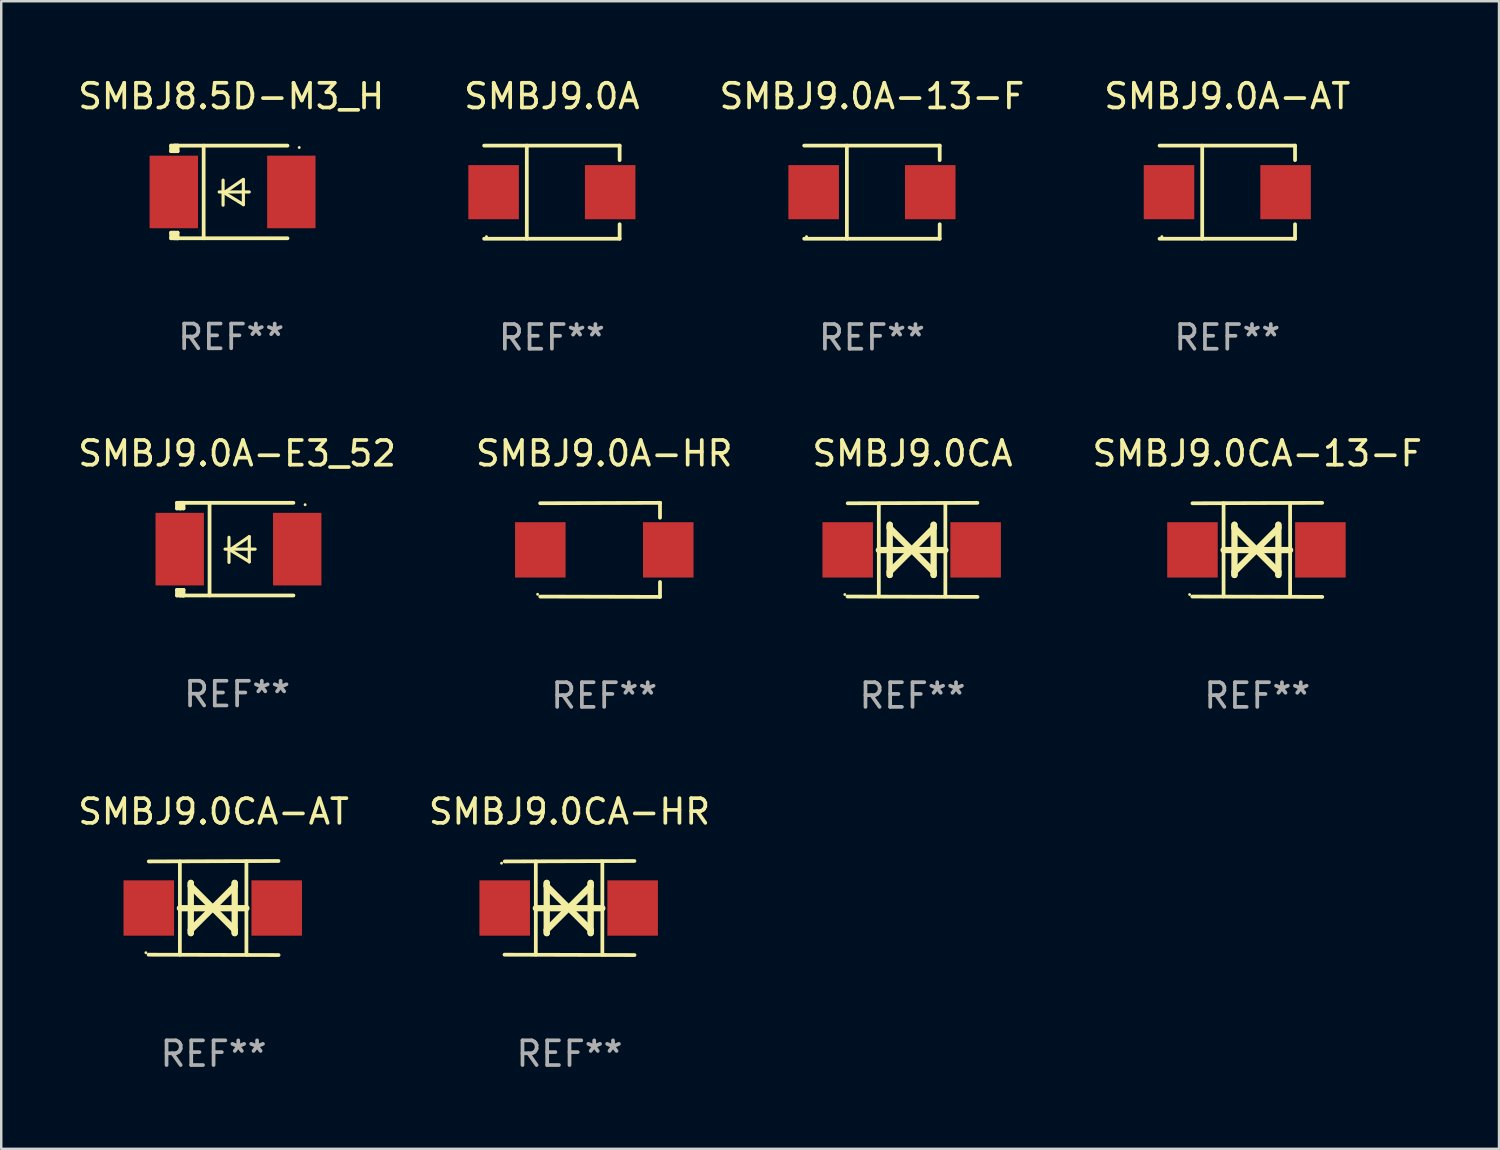
<source format=kicad_pcb>
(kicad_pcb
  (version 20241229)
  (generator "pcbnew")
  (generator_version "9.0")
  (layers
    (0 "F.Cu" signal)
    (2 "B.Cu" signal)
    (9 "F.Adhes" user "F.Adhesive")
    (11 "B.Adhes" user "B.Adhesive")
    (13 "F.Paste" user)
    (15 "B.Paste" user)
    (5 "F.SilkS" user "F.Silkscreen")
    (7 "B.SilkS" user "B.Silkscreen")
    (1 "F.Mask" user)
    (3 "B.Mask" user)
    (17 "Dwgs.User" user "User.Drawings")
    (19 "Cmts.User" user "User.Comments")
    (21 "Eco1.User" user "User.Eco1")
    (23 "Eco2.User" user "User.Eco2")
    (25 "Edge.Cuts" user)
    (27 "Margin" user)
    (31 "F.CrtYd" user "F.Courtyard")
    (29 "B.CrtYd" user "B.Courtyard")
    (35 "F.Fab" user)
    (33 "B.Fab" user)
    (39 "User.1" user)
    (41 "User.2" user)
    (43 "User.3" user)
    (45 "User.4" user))
  (footprint "SMBJ8.5D-M3_H"
    (layer "F.Cu")
    (at 6.315 4.725)
    (property "Reference" "SMBJ8.5D-M3_H" (at 0 -3.876 0) (layer "F.SilkS") (effects (font (size 1 1) (thickness 0.15))))
    (attr through_hole)
    (fp_line (start -2.435 1.65) (end -2.171 1.65) (stroke (width 0.152) (type solid)) (layer "F.SilkS"))
    (fp_line (start -2.435 1.876) (end -2.435 1.65) (stroke (width 0.152) (type solid)) (layer "F.SilkS"))
    (fp_line (start -2.435 -1.876) (end -2.171 -1.876) (stroke (width 0.152) (type solid)) (layer "F.SilkS"))
    (fp_line (start -2.435 -1.65) (end -2.435 -1.876) (stroke (width 0.152) (type solid)) (layer "F.SilkS"))
    (fp_line (start -2.305 -1.866) (end -2.295 -1.876) (stroke (width 0.152) (type solid)) (layer "F.SilkS"))
    (fp_line (start -2.305 -1.65) (end -2.305 -1.866) (stroke (width 0.152) (type solid)) (layer "F.SilkS"))
    (fp_line (start -2.305 1.876) (end -2.305 1.65) (stroke (width 0.152) (type solid)) (layer "F.SilkS"))
    (fp_line (start -2.295 -1.876) (end -2.295 -1.65) (stroke (width 0.152) (type solid)) (layer "F.SilkS"))
    (fp_line (start -2.171 1.876) (end -2.435 1.876) (stroke (width 0.152) (type solid)) (layer "F.SilkS"))
    (fp_line (start -2.171 -1.65) (end -2.435 -1.65) (stroke (width 0.152) (type solid)) (layer "F.SilkS"))
    (fp_line (start -2.171 -1.876) (end -2.295 -1.876) (stroke (width 0.152) (type solid)) (layer "F.SilkS"))
    (fp_line (start -2.171 -1.65) (end -2.171 -1.876) (stroke (width 0.152) (type solid)) (layer "F.SilkS"))
    (fp_line (start -2.171 1.876) (end -2.305 1.876) (stroke (width 0.152) (type solid)) (layer "F.SilkS"))
    (fp_line (start -2.171 1.876) (end -2.171 1.65) (stroke (width 0.152) (type solid)) (layer "F.SilkS"))
    (fp_line (start -1.116 1.876) (end -1.116 -1.876) (stroke (width 0.152) (type solid)) (layer "F.SilkS"))
    (fp_line (start -0.488 0.000102) (end 0.731 0.000102) (stroke (width 0.127) (type solid)) (layer "F.SilkS"))
    (fp_line (start -0.329 -0.48) (end -0.329 0.536) (stroke (width 0.127) (type solid)) (layer "F.SilkS"))
    (fp_line (start -0.29 0.03) (end 0.493 0.51) (stroke (width 0.127) (type solid)) (layer "F.SilkS"))
    (fp_line (start 0.493 -0.51) (end -0.29 0.03) (stroke (width 0.127) (type solid)) (layer "F.SilkS"))
    (fp_line (start 0.493 0.52) (end 0.493 -0.496) (stroke (width 0.127) (type solid)) (layer "F.SilkS"))
    (fp_line (start 2.281 -1.876) (end -2.171 -1.876) (stroke (width 0.152) (type solid)) (layer "F.SilkS"))
    (fp_line (start 2.281 1.876) (end -2.171 1.876) (stroke (width 0.152) (type solid)) (layer "F.SilkS"))
    (fp_circle (center 2.755 -1.8) (end 2.785 -1.8) (stroke (width 0.06) (type solid)) (fill no) (layer "F.SilkS"))
    (fp_text user "REF**" (at 0 5.876 0) (layer "F.Fab") (effects (font (size 1 1) (thickness 0.15))))
    (pad "1" smd rect (at 2.435 -0.000025 180) (size 1.96 2.94) (layers "F.Cu" "F.Mask" "F.Paste"))
    (pad "2" smd rect (at -2.325 -0.000025 180) (size 1.96 2.94) (layers "F.Cu" "F.Mask" "F.Paste")))
  (footprint "SMBJ9.0CA-HR"
    (layer "F.Cu")
    (at 20.018 33.729)
    (property "Reference" "SMBJ9.0CA-HR" (at 0 -3.905 0) (layer "F.SilkS") (effects (font (size 1 1) (thickness 0.15))))
    (attr through_hole)
    (fp_line (start -1.365 1.886) (end -1.365 -1.886) (stroke (width 0.152) (type solid)) (layer "F.SilkS"))
    (fp_line (start -1.365 0.008) (end 1.33 0.008) (stroke (width 0.254) (type solid)) (layer "F.SilkS"))
    (fp_line (start -0.923 -1.016) (end -0.923 1.016) (stroke (width 0.254) (type solid)) (layer "F.SilkS"))
    (fp_line (start -0.923 -0.889) (end -0.923 -1.016) (stroke (width 0.254) (type solid)) (layer "F.SilkS"))
    (fp_line (start -0.923 0.889) (end -0.034 0) (stroke (width 0.254) (type solid)) (layer "F.SilkS"))
    (fp_line (start -0.923 1.016) (end -0.923 0.889) (stroke (width 0.254) (type solid)) (layer "F.SilkS"))
    (fp_line (start -0.034 0) (end -0.923 -0.889) (stroke (width 0.254) (type solid)) (layer "F.SilkS"))
    (fp_line (start -0.034 0) (end 0.855 0.889) (stroke (width 0.254) (type solid)) (layer "F.SilkS"))
    (fp_line (start 0.855 -1.016) (end 0.855 -0.889) (stroke (width 0.254) (type solid)) (layer "F.SilkS"))
    (fp_line (start 0.855 -0.889) (end -0.034 0) (stroke (width 0.254) (type solid)) (layer "F.SilkS"))
    (fp_line (start 0.855 0.889) (end 0.855 1.016) (stroke (width 0.254) (type solid)) (layer "F.SilkS"))
    (fp_line (start 0.855 1.016) (end 0.855 -1.016) (stroke (width 0.254) (type solid)) (layer "F.SilkS"))
    (fp_line (start 1.33 1.886) (end 1.33 -1.886) (stroke (width 0.152) (type solid)) (layer "F.SilkS"))
    (fp_line (start 2.629 -1.905) (end -2.625 -1.887) (stroke (width 0.152) (type solid)) (layer "F.SilkS"))
    (fp_line (start 2.633 1.905) (end -2.633 1.89) (stroke (width 0.152) (type solid)) (layer "F.SilkS"))
    (fp_circle (center -2.753 -1.816) (end -2.723 -1.816) (stroke (width 0.06) (type solid)) (fill no) (layer "F.SilkS"))
    (fp_text user "REF**" (at 0 5.905 0) (layer "F.Fab") (effects (font (size 1 1) (thickness 0.15))))
    (pad "1" smd rect (at -2.625 0) (size 2.047 2.241) (layers "F.Cu" "F.Mask" "F.Paste"))
    (pad "2" smd rect (at 2.557 0) (size 2.047 2.241) (layers "F.Cu" "F.Mask" "F.Paste")))
  (footprint "SMBJ9.0A-E3_52"
    (layer "F.Cu")
    (at 6.554 19.193)
    (property "Reference" "SMBJ9.0A-E3_52" (at 0 -3.876 0) (layer "F.SilkS") (effects (font (size 1 1) (thickness 0.15))))
    (attr through_hole)
    (fp_line (start -2.435 1.65) (end -2.171 1.65) (stroke (width 0.152) (type solid)) (layer "F.SilkS"))
    (fp_line (start -2.435 1.876) (end -2.435 1.65) (stroke (width 0.152) (type solid)) (layer "F.SilkS"))
    (fp_line (start -2.435 -1.876) (end -2.171 -1.876) (stroke (width 0.152) (type solid)) (layer "F.SilkS"))
    (fp_line (start -2.435 -1.65) (end -2.435 -1.876) (stroke (width 0.152) (type solid)) (layer "F.SilkS"))
    (fp_line (start -2.305 -1.866) (end -2.295 -1.876) (stroke (width 0.152) (type solid)) (layer "F.SilkS"))
    (fp_line (start -2.305 -1.65) (end -2.305 -1.866) (stroke (width 0.152) (type solid)) (layer "F.SilkS"))
    (fp_line (start -2.305 1.876) (end -2.305 1.65) (stroke (width 0.152) (type solid)) (layer "F.SilkS"))
    (fp_line (start -2.295 -1.876) (end -2.295 -1.65) (stroke (width 0.152) (type solid)) (layer "F.SilkS"))
    (fp_line (start -2.171 1.876) (end -2.435 1.876) (stroke (width 0.152) (type solid)) (layer "F.SilkS"))
    (fp_line (start -2.171 -1.65) (end -2.435 -1.65) (stroke (width 0.152) (type solid)) (layer "F.SilkS"))
    (fp_line (start -2.171 -1.876) (end -2.295 -1.876) (stroke (width 0.152) (type solid)) (layer "F.SilkS"))
    (fp_line (start -2.171 -1.65) (end -2.171 -1.876) (stroke (width 0.152) (type solid)) (layer "F.SilkS"))
    (fp_line (start -2.171 1.876) (end -2.305 1.876) (stroke (width 0.152) (type solid)) (layer "F.SilkS"))
    (fp_line (start -2.171 1.876) (end -2.171 1.65) (stroke (width 0.152) (type solid)) (layer "F.SilkS"))
    (fp_line (start -1.116 1.876) (end -1.116 -1.876) (stroke (width 0.152) (type solid)) (layer "F.SilkS"))
    (fp_line (start -0.488 0.000102) (end 0.731 0.000102) (stroke (width 0.127) (type solid)) (layer "F.SilkS"))
    (fp_line (start -0.329 -0.48) (end -0.329 0.536) (stroke (width 0.127) (type solid)) (layer "F.SilkS"))
    (fp_line (start -0.29 0.03) (end 0.493 0.51) (stroke (width 0.127) (type solid)) (layer "F.SilkS"))
    (fp_line (start 0.493 -0.51) (end -0.29 0.03) (stroke (width 0.127) (type solid)) (layer "F.SilkS"))
    (fp_line (start 0.493 0.52) (end 0.493 -0.496) (stroke (width 0.127) (type solid)) (layer "F.SilkS"))
    (fp_line (start 2.281 -1.876) (end -2.171 -1.876) (stroke (width 0.152) (type solid)) (layer "F.SilkS"))
    (fp_line (start 2.281 1.876) (end -2.171 1.876) (stroke (width 0.152) (type solid)) (layer "F.SilkS"))
    (fp_circle (center 2.755 -1.8) (end 2.785 -1.8) (stroke (width 0.06) (type solid)) (fill no) (layer "F.SilkS"))
    (fp_text user "REF**" (at 0 5.876 0) (layer "F.Fab") (effects (font (size 1 1) (thickness 0.15))))
    (pad "1" smd rect (at 2.435 -0.000025 180) (size 1.96 2.94) (layers "F.Cu" "F.Mask" "F.Paste"))
    (pad "2" smd rect (at -2.325 -0.000025 180) (size 1.96 2.94) (layers "F.Cu" "F.Mask" "F.Paste")))
  (footprint "SMBJ9.0CA-13-F"
    (layer "F.Cu")
    (at 47.875 19.222)
    (property "Reference" "SMBJ9.0CA-13-F" (at 0 -3.905 0) (layer "F.SilkS") (effects (font (size 1 1) (thickness 0.15))))
    (attr through_hole)
    (fp_line (start -1.365 1.886) (end -1.365 -1.886) (stroke (width 0.152) (type solid)) (layer "F.SilkS"))
    (fp_line (start -1.365 0.008) (end 1.33 0.008) (stroke (width 0.254) (type solid)) (layer "F.SilkS"))
    (fp_line (start -0.923 -1.016) (end -0.923 1.016) (stroke (width 0.254) (type solid)) (layer "F.SilkS"))
    (fp_line (start -0.923 -0.889) (end -0.923 -1.016) (stroke (width 0.254) (type solid)) (layer "F.SilkS"))
    (fp_line (start -0.923 0.889) (end -0.034 0) (stroke (width 0.254) (type solid)) (layer "F.SilkS"))
    (fp_line (start -0.923 1.016) (end -0.923 0.889) (stroke (width 0.254) (type solid)) (layer "F.SilkS"))
    (fp_line (start -0.034 0) (end -0.923 -0.889) (stroke (width 0.254) (type solid)) (layer "F.SilkS"))
    (fp_line (start -0.034 0) (end 0.855 0.889) (stroke (width 0.254) (type solid)) (layer "F.SilkS"))
    (fp_line (start 0.855 -1.016) (end 0.855 -0.889) (stroke (width 0.254) (type solid)) (layer "F.SilkS"))
    (fp_line (start 0.855 -0.889) (end -0.034 0) (stroke (width 0.254) (type solid)) (layer "F.SilkS"))
    (fp_line (start 0.855 0.889) (end 0.855 1.016) (stroke (width 0.254) (type solid)) (layer "F.SilkS"))
    (fp_line (start 0.855 1.016) (end 0.855 -1.016) (stroke (width 0.254) (type solid)) (layer "F.SilkS"))
    (fp_line (start 1.33 1.886) (end 1.33 -1.886) (stroke (width 0.152) (type solid)) (layer "F.SilkS"))
    (fp_line (start 2.629 -1.905) (end -2.625 -1.887) (stroke (width 0.152) (type solid)) (layer "F.SilkS"))
    (fp_line (start 2.633 1.905) (end -2.633 1.89) (stroke (width 0.152) (type solid)) (layer "F.SilkS"))
    (fp_circle (center -2.741 1.81) (end -2.711 1.81) (stroke (width 0.06) (type solid)) (fill no) (layer "F.SilkS"))
    (fp_text user "REF**" (at 0 5.905 0) (layer "F.Fab") (effects (font (size 1 1) (thickness 0.15))))
    (pad "1" smd rect (at -2.625 0) (size 2.047 2.241) (layers "F.Cu" "F.Mask" "F.Paste"))
    (pad "2" smd rect (at 2.557 0) (size 2.047 2.241) (layers "F.Cu" "F.Mask" "F.Paste")))
  (footprint "SMBJ9.0CA-AT"
    (layer "F.Cu")
    (at 5.601 33.729)
    (property "Reference" "SMBJ9.0CA-AT" (at 0 -3.905 0) (layer "F.SilkS") (effects (font (size 1 1) (thickness 0.15))))
    (attr through_hole)
    (fp_line (start -1.365 1.886) (end -1.365 -1.886) (stroke (width 0.152) (type solid)) (layer "F.SilkS"))
    (fp_line (start -1.365 0.008) (end 1.33 0.008) (stroke (width 0.254) (type solid)) (layer "F.SilkS"))
    (fp_line (start -0.923 -1.016) (end -0.923 1.016) (stroke (width 0.254) (type solid)) (layer "F.SilkS"))
    (fp_line (start -0.923 -0.889) (end -0.923 -1.016) (stroke (width 0.254) (type solid)) (layer "F.SilkS"))
    (fp_line (start -0.923 0.889) (end -0.034 0) (stroke (width 0.254) (type solid)) (layer "F.SilkS"))
    (fp_line (start -0.923 1.016) (end -0.923 0.889) (stroke (width 0.254) (type solid)) (layer "F.SilkS"))
    (fp_line (start -0.034 0) (end -0.923 -0.889) (stroke (width 0.254) (type solid)) (layer "F.SilkS"))
    (fp_line (start -0.034 0) (end 0.855 0.889) (stroke (width 0.254) (type solid)) (layer "F.SilkS"))
    (fp_line (start 0.855 -1.016) (end 0.855 -0.889) (stroke (width 0.254) (type solid)) (layer "F.SilkS"))
    (fp_line (start 0.855 -0.889) (end -0.034 0) (stroke (width 0.254) (type solid)) (layer "F.SilkS"))
    (fp_line (start 0.855 0.889) (end 0.855 1.016) (stroke (width 0.254) (type solid)) (layer "F.SilkS"))
    (fp_line (start 0.855 1.016) (end 0.855 -1.016) (stroke (width 0.254) (type solid)) (layer "F.SilkS"))
    (fp_line (start 1.33 1.886) (end 1.33 -1.886) (stroke (width 0.152) (type solid)) (layer "F.SilkS"))
    (fp_line (start 2.629 -1.905) (end -2.625 -1.887) (stroke (width 0.152) (type solid)) (layer "F.SilkS"))
    (fp_line (start 2.633 1.905) (end -2.633 1.89) (stroke (width 0.152) (type solid)) (layer "F.SilkS"))
    (fp_circle (center -2.741 1.81) (end -2.711 1.81) (stroke (width 0.06) (type solid)) (fill no) (layer "F.SilkS"))
    (fp_text user "REF**" (at 0 5.905 0) (layer "F.Fab") (effects (font (size 1 1) (thickness 0.15))))
    (pad "1" smd rect (at -2.625 0) (size 2.047 2.241) (layers "F.Cu" "F.Mask" "F.Paste"))
    (pad "2" smd rect (at 2.557 0) (size 2.047 2.241) (layers "F.Cu" "F.Mask" "F.Paste")))
  (footprint "SMBJ9.0A-AT"
    (layer "F.Cu")
    (at 46.661 4.734)
    (property "Reference" "SMBJ9.0A-AT" (at 0 -3.886 0) (layer "F.SilkS") (effects (font (size 1 1) (thickness 0.15))))
    (attr through_hole)
    (fp_line (start -2.744 -1.886) (end 2.744 -1.886) (stroke (width 0.152) (type solid)) (layer "F.SilkS"))
    (fp_line (start -2.744 1.886) (end 2.744 1.886) (stroke (width 0.152) (type solid)) (layer "F.SilkS"))
    (fp_line (start -1.016 -1.886) (end -1.016 1.886) (stroke (width 0.152) (type solid)) (layer "F.SilkS"))
    (fp_line (start 2.744 -1.886) (end 2.744 -1.299) (stroke (width 0.152) (type solid)) (layer "F.SilkS"))
    (fp_line (start 2.744 1.886) (end 2.744 1.299) (stroke (width 0.152) (type solid)) (layer "F.SilkS"))
    (fp_circle (center -2.65 1.8) (end -2.62 1.8) (stroke (width 0.06) (type solid)) (fill no) (layer "F.SilkS"))
    (fp_text user "REF**" (at 0 5.886 0) (layer "F.Fab") (effects (font (size 1 1) (thickness 0.15))))
    (pad "1" smd rect (at -2.361 0) (size 2.047 2.192) (layers "F.Cu" "F.Mask" "F.Paste"))
    (pad "2" smd rect (at 2.361 0) (size 2.047 2.192) (layers "F.Cu" "F.Mask" "F.Paste")))
  (footprint "SMBJ9.0A-HR"
    (layer "F.Cu")
    (at 21.423 19.222)
    (property "Reference" "SMBJ9.0A-HR" (at 0 -3.905 0) (layer "F.SilkS") (effects (font (size 1 1) (thickness 0.15))))
    (attr through_hole)
    (fp_line (start 2.256 -1.905) (end -2.594 -1.889) (stroke (width 0.152) (type solid)) (layer "F.SilkS"))
    (fp_line (start 2.256 -1.905) (end 2.26 -1.905) (stroke (width 0.152) (type solid)) (layer "F.SilkS"))
    (fp_line (start 2.26 -1.905) (end 2.26 -1.301) (stroke (width 0.152) (type solid)) (layer "F.SilkS"))
    (fp_line (start 2.26 1.301) (end 2.26 1.905) (stroke (width 0.152) (type solid)) (layer "F.SilkS"))
    (fp_line (start 2.26 1.905) (end -2.59 1.892) (stroke (width 0.152) (type solid)) (layer "F.SilkS"))
    (fp_circle (center -2.697 1.8) (end -2.667 1.8) (stroke (width 0.06) (type solid)) (fill no) (layer "F.SilkS"))
    (fp_text user "REF**" (at 0 5.905 0) (layer "F.Fab") (effects (font (size 1 1) (thickness 0.15))))
    (pad "1" smd rect (at -2.588 0) (size 2.047 2.241) (layers "F.Cu" "F.Mask" "F.Paste"))
    (pad "2" smd rect (at 2.594 0) (size 2.047 2.241) (layers "F.Cu" "F.Mask" "F.Paste")))
  (footprint "SMBJ9.0CA"
    (layer "F.Cu")
    (at 33.911 19.222)
    (property "Reference" "SMBJ9.0CA" (at 0 -3.905 0) (layer "F.SilkS") (effects (font (size 1 1) (thickness 0.15))))
    (attr through_hole)
    (fp_line (start -1.365 1.886) (end -1.365 -1.886) (stroke (width 0.152) (type solid)) (layer "F.SilkS"))
    (fp_line (start -1.365 0.008) (end 1.33 0.008) (stroke (width 0.254) (type solid)) (layer "F.SilkS"))
    (fp_line (start -0.923 -1.016) (end -0.923 1.016) (stroke (width 0.254) (type solid)) (layer "F.SilkS"))
    (fp_line (start -0.923 -0.889) (end -0.923 -1.016) (stroke (width 0.254) (type solid)) (layer "F.SilkS"))
    (fp_line (start -0.923 0.889) (end -0.034 0) (stroke (width 0.254) (type solid)) (layer "F.SilkS"))
    (fp_line (start -0.923 1.016) (end -0.923 0.889) (stroke (width 0.254) (type solid)) (layer "F.SilkS"))
    (fp_line (start -0.034 0) (end -0.923 -0.889) (stroke (width 0.254) (type solid)) (layer "F.SilkS"))
    (fp_line (start -0.034 0) (end 0.855 0.889) (stroke (width 0.254) (type solid)) (layer "F.SilkS"))
    (fp_line (start 0.855 -1.016) (end 0.855 -0.889) (stroke (width 0.254) (type solid)) (layer "F.SilkS"))
    (fp_line (start 0.855 -0.889) (end -0.034 0) (stroke (width 0.254) (type solid)) (layer "F.SilkS"))
    (fp_line (start 0.855 0.889) (end 0.855 1.016) (stroke (width 0.254) (type solid)) (layer "F.SilkS"))
    (fp_line (start 0.855 1.016) (end 0.855 -1.016) (stroke (width 0.254) (type solid)) (layer "F.SilkS"))
    (fp_line (start 1.33 1.886) (end 1.33 -1.886) (stroke (width 0.152) (type solid)) (layer "F.SilkS"))
    (fp_line (start 2.629 -1.905) (end -2.625 -1.887) (stroke (width 0.152) (type solid)) (layer "F.SilkS"))
    (fp_line (start 2.633 1.905) (end -2.633 1.89) (stroke (width 0.152) (type solid)) (layer "F.SilkS"))
    (fp_circle (center -2.741 1.81) (end -2.711 1.81) (stroke (width 0.06) (type solid)) (fill no) (layer "F.SilkS"))
    (fp_text user "REF**" (at 0 5.905 0) (layer "F.Fab") (effects (font (size 1 1) (thickness 0.15))))
    (pad "1" smd rect (at -2.625 0) (size 2.047 2.241) (layers "F.Cu" "F.Mask" "F.Paste"))
    (pad "2" smd rect (at 2.557 0) (size 2.047 2.241) (layers "F.Cu" "F.Mask" "F.Paste")))
  (footprint "SMBJ9.0A"
    (layer "F.Cu")
    (at 19.304 4.734)
    (property "Reference" "SMBJ9.0A" (at 0 -3.886 0) (layer "F.SilkS") (effects (font (size 1 1) (thickness 0.15))))
    (attr through_hole)
    (fp_line (start -2.744 -1.886) (end 2.744 -1.886) (stroke (width 0.152) (type solid)) (layer "F.SilkS"))
    (fp_line (start -2.744 1.886) (end 2.744 1.886) (stroke (width 0.152) (type solid)) (layer "F.SilkS"))
    (fp_line (start -1.016 -1.886) (end -1.016 1.886) (stroke (width 0.152) (type solid)) (layer "F.SilkS"))
    (fp_line (start 2.744 -1.886) (end 2.744 -1.299) (stroke (width 0.152) (type solid)) (layer "F.SilkS"))
    (fp_line (start 2.744 1.886) (end 2.744 1.299) (stroke (width 0.152) (type solid)) (layer "F.SilkS"))
    (fp_circle (center -2.65 1.8) (end -2.62 1.8) (stroke (width 0.06) (type solid)) (fill no) (layer "F.SilkS"))
    (fp_text user "REF**" (at 0 5.886 0) (layer "F.Fab") (effects (font (size 1 1) (thickness 0.15))))
    (pad "1" smd rect (at -2.361 0) (size 2.047 2.192) (layers "F.Cu" "F.Mask" "F.Paste"))
    (pad "2" smd rect (at 2.361 0) (size 2.047 2.192) (layers "F.Cu" "F.Mask" "F.Paste")))
  (footprint "SMBJ9.0A-13-F"
    (layer "F.Cu")
    (at 32.268 4.734)
    (property "Reference" "SMBJ9.0A-13-F" (at 0 -3.886 0) (layer "F.SilkS") (effects (font (size 1 1) (thickness 0.15))))
    (attr through_hole)
    (fp_line (start -2.744 -1.886) (end 2.744 -1.886) (stroke (width 0.152) (type solid)) (layer "F.SilkS"))
    (fp_line (start -2.744 1.886) (end 2.744 1.886) (stroke (width 0.152) (type solid)) (layer "F.SilkS"))
    (fp_line (start -1.016 -1.886) (end -1.016 1.886) (stroke (width 0.152) (type solid)) (layer "F.SilkS"))
    (fp_line (start 2.744 -1.886) (end 2.744 -1.299) (stroke (width 0.152) (type solid)) (layer "F.SilkS"))
    (fp_line (start 2.744 1.886) (end 2.744 1.299) (stroke (width 0.152) (type solid)) (layer "F.SilkS"))
    (fp_circle (center -2.65 1.8) (end -2.62 1.8) (stroke (width 0.06) (type solid)) (fill no) (layer "F.SilkS"))
    (fp_text user "REF**" (at 0 5.886 0) (layer "F.Fab") (effects (font (size 1 1) (thickness 0.15))))
    (pad "1" smd rect (at -2.361 0) (size 2.047 2.192) (layers "F.Cu" "F.Mask" "F.Paste"))
    (pad "2" smd rect (at 2.361 0) (size 2.047 2.192) (layers "F.Cu" "F.Mask" "F.Paste")))
  (gr_rect
    (start -3 -3)
    (end 57.667 43.482)
    (stroke (width 0.1) (type default))
    (fill no)
    (layer "Edge.Cuts")))
</source>
